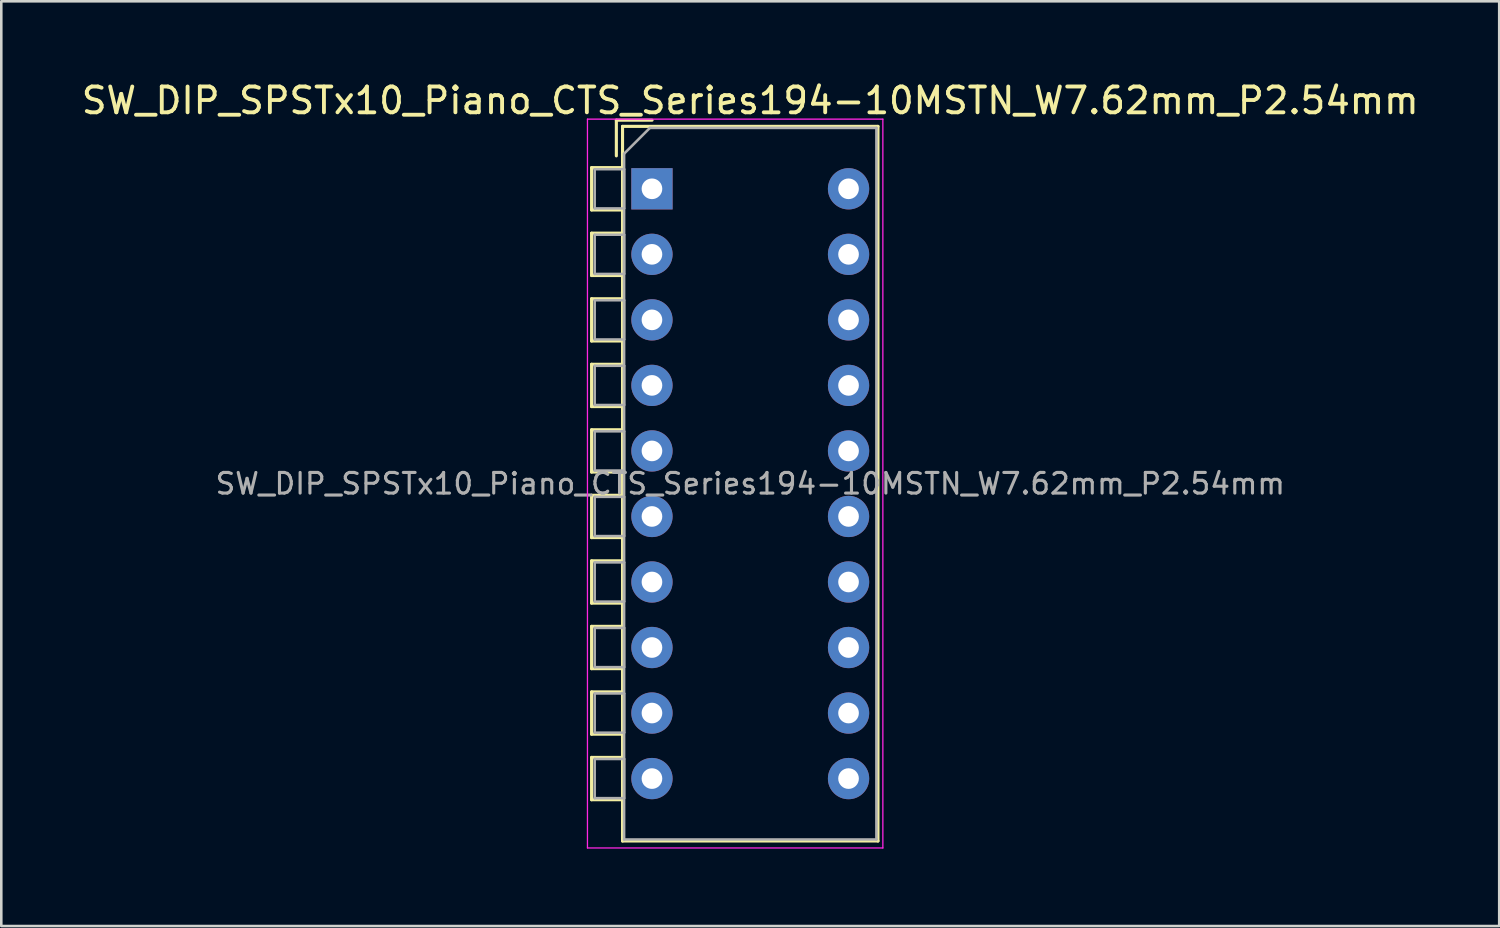
<source format=kicad_pcb>
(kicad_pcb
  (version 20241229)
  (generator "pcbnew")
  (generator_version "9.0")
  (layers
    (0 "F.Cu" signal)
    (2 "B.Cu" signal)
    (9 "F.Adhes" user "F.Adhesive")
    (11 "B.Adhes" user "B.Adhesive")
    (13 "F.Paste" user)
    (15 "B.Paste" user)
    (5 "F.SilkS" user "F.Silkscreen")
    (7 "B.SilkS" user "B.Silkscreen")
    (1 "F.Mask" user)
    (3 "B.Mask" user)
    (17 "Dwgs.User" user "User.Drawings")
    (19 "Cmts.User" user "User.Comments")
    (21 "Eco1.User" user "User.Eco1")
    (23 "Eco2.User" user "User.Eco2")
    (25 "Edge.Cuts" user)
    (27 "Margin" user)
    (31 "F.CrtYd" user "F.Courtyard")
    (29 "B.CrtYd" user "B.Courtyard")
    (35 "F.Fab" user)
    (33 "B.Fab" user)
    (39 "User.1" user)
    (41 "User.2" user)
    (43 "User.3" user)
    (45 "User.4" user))
  (footprint "SW_DIP_SPSTx10_Piano_CTS_Series194-10MSTN_W7.62mm_P2.54mm"
    (layer "F.Cu")
    (at 22.22 4.268)
    (property "Reference" "SW_DIP_SPSTx10_Piano_CTS_Series194-10MSTN_W7.62mm_P2.54mm" (at 3.81 -3.42 0) (layer "F.SilkS") (effects (font (size 1 1) (thickness 0.15))))
    (attr through_hole)
    (fp_line (start -2.34 -0.82) (end -2.34 0.82) (stroke (width 0.12) (type solid)) (layer "F.SilkS"))
    (fp_line (start -2.34 -0.82) (end -1.14 -0.82) (stroke (width 0.12) (type solid)) (layer "F.SilkS"))
    (fp_line (start -2.34 0.82) (end -1.14 0.82) (stroke (width 0.12) (type solid)) (layer "F.SilkS"))
    (fp_line (start -2.34 1.72) (end -2.34 3.361) (stroke (width 0.12) (type solid)) (layer "F.SilkS"))
    (fp_line (start -2.34 1.72) (end -1.14 1.72) (stroke (width 0.12) (type solid)) (layer "F.SilkS"))
    (fp_line (start -2.34 3.361) (end -1.14 3.361) (stroke (width 0.12) (type solid)) (layer "F.SilkS"))
    (fp_line (start -2.34 4.261) (end -2.34 5.9) (stroke (width 0.12) (type solid)) (layer "F.SilkS"))
    (fp_line (start -2.34 4.261) (end -1.14 4.261) (stroke (width 0.12) (type solid)) (layer "F.SilkS"))
    (fp_line (start -2.34 5.9) (end -1.14 5.9) (stroke (width 0.12) (type solid)) (layer "F.SilkS"))
    (fp_line (start -2.34 6.801) (end -2.34 8.441) (stroke (width 0.12) (type solid)) (layer "F.SilkS"))
    (fp_line (start -2.34 6.801) (end -1.14 6.801) (stroke (width 0.12) (type solid)) (layer "F.SilkS"))
    (fp_line (start -2.34 8.441) (end -1.14 8.441) (stroke (width 0.12) (type solid)) (layer "F.SilkS"))
    (fp_line (start -2.34 9.34) (end -2.34 10.98) (stroke (width 0.12) (type solid)) (layer "F.SilkS"))
    (fp_line (start -2.34 9.34) (end -1.14 9.34) (stroke (width 0.12) (type solid)) (layer "F.SilkS"))
    (fp_line (start -2.34 10.98) (end -1.14 10.98) (stroke (width 0.12) (type solid)) (layer "F.SilkS"))
    (fp_line (start -2.34 11.88) (end -2.34 13.52) (stroke (width 0.12) (type solid)) (layer "F.SilkS"))
    (fp_line (start -2.34 11.88) (end -1.14 11.88) (stroke (width 0.12) (type solid)) (layer "F.SilkS"))
    (fp_line (start -2.34 13.52) (end -1.14 13.52) (stroke (width 0.12) (type solid)) (layer "F.SilkS"))
    (fp_line (start -2.34 14.42) (end -2.34 16.06) (stroke (width 0.12) (type solid)) (layer "F.SilkS"))
    (fp_line (start -2.34 14.42) (end -1.14 14.42) (stroke (width 0.12) (type solid)) (layer "F.SilkS"))
    (fp_line (start -2.34 16.06) (end -1.14 16.06) (stroke (width 0.12) (type solid)) (layer "F.SilkS"))
    (fp_line (start -2.34 16.96) (end -2.34 18.6) (stroke (width 0.12) (type solid)) (layer "F.SilkS"))
    (fp_line (start -2.34 16.96) (end -1.14 16.96) (stroke (width 0.12) (type solid)) (layer "F.SilkS"))
    (fp_line (start -2.34 18.6) (end -1.14 18.6) (stroke (width 0.12) (type solid)) (layer "F.SilkS"))
    (fp_line (start -2.34 19.5) (end -2.34 21.14) (stroke (width 0.12) (type solid)) (layer "F.SilkS"))
    (fp_line (start -2.34 19.5) (end -1.14 19.5) (stroke (width 0.12) (type solid)) (layer "F.SilkS"))
    (fp_line (start -2.34 21.14) (end -1.14 21.14) (stroke (width 0.12) (type solid)) (layer "F.SilkS"))
    (fp_line (start -2.34 22.04) (end -2.34 23.68) (stroke (width 0.12) (type solid)) (layer "F.SilkS"))
    (fp_line (start -2.34 22.04) (end -1.14 22.04) (stroke (width 0.12) (type solid)) (layer "F.SilkS"))
    (fp_line (start -2.34 23.68) (end -1.14 23.68) (stroke (width 0.12) (type solid)) (layer "F.SilkS"))
    (fp_line (start -1.38 -2.66) (end -1.38 -1.277) (stroke (width 0.12) (type solid)) (layer "F.SilkS"))
    (fp_line (start -1.38 -2.66) (end 0.004 -2.66) (stroke (width 0.12) (type solid)) (layer "F.SilkS"))
    (fp_line (start -1.14 -2.42) (end -1.14 25.28) (stroke (width 0.12) (type solid)) (layer "F.SilkS"))
    (fp_line (start -1.14 -2.42) (end 8.76 -2.42) (stroke (width 0.12) (type solid)) (layer "F.SilkS"))
    (fp_line (start -1.14 -0.82) (end -1.14 0.82) (stroke (width 0.12) (type solid)) (layer "F.SilkS"))
    (fp_line (start -1.14 1.72) (end -1.14 3.361) (stroke (width 0.12) (type solid)) (layer "F.SilkS"))
    (fp_line (start -1.14 4.261) (end -1.14 5.9) (stroke (width 0.12) (type solid)) (layer "F.SilkS"))
    (fp_line (start -1.14 6.801) (end -1.14 8.441) (stroke (width 0.12) (type solid)) (layer "F.SilkS"))
    (fp_line (start -1.14 9.34) (end -1.14 10.98) (stroke (width 0.12) (type solid)) (layer "F.SilkS"))
    (fp_line (start -1.14 11.88) (end -1.14 13.52) (stroke (width 0.12) (type solid)) (layer "F.SilkS"))
    (fp_line (start -1.14 14.42) (end -1.14 16.06) (stroke (width 0.12) (type solid)) (layer "F.SilkS"))
    (fp_line (start -1.14 16.96) (end -1.14 18.6) (stroke (width 0.12) (type solid)) (layer "F.SilkS"))
    (fp_line (start -1.14 19.5) (end -1.14 21.14) (stroke (width 0.12) (type solid)) (layer "F.SilkS"))
    (fp_line (start -1.14 22.04) (end -1.14 23.68) (stroke (width 0.12) (type solid)) (layer "F.SilkS"))
    (fp_line (start -1.14 25.28) (end 8.76 25.28) (stroke (width 0.12) (type solid)) (layer "F.SilkS"))
    (fp_line (start 8.76 -2.42) (end 8.76 25.28) (stroke (width 0.12) (type solid)) (layer "F.SilkS"))
    (fp_line (start -2.5 -2.7) (end -2.5 25.55) (stroke (width 0.05) (type solid)) (layer "F.CrtYd"))
    (fp_line (start -2.5 25.55) (end 8.95 25.55) (stroke (width 0.05) (type solid)) (layer "F.CrtYd"))
    (fp_line (start 8.95 -2.7) (end -2.5 -2.7) (stroke (width 0.05) (type solid)) (layer "F.CrtYd"))
    (fp_line (start 8.95 25.55) (end 8.95 -2.7) (stroke (width 0.05) (type solid)) (layer "F.CrtYd"))
    (fp_line (start -2.22 -0.76) (end -1.08 -0.76) (stroke (width 0.1) (type solid)) (layer "F.Fab"))
    (fp_line (start -2.22 0.76) (end -2.22 -0.76) (stroke (width 0.1) (type solid)) (layer "F.Fab"))
    (fp_line (start -2.22 1.78) (end -1.08 1.78) (stroke (width 0.1) (type solid)) (layer "F.Fab"))
    (fp_line (start -2.22 3.3) (end -2.22 1.78) (stroke (width 0.1) (type solid)) (layer "F.Fab"))
    (fp_line (start -2.22 4.32) (end -1.08 4.32) (stroke (width 0.1) (type solid)) (layer "F.Fab"))
    (fp_line (start -2.22 5.84) (end -2.22 4.32) (stroke (width 0.1) (type solid)) (layer "F.Fab"))
    (fp_line (start -2.22 6.86) (end -1.08 6.86) (stroke (width 0.1) (type solid)) (layer "F.Fab"))
    (fp_line (start -2.22 8.38) (end -2.22 6.86) (stroke (width 0.1) (type solid)) (layer "F.Fab"))
    (fp_line (start -2.22 9.4) (end -1.08 9.4) (stroke (width 0.1) (type solid)) (layer "F.Fab"))
    (fp_line (start -2.22 10.92) (end -2.22 9.4) (stroke (width 0.1) (type solid)) (layer "F.Fab"))
    (fp_line (start -2.22 11.94) (end -1.08 11.94) (stroke (width 0.1) (type solid)) (layer "F.Fab"))
    (fp_line (start -2.22 13.46) (end -2.22 11.94) (stroke (width 0.1) (type solid)) (layer "F.Fab"))
    (fp_line (start -2.22 14.48) (end -1.08 14.48) (stroke (width 0.1) (type solid)) (layer "F.Fab"))
    (fp_line (start -2.22 16) (end -2.22 14.48) (stroke (width 0.1) (type solid)) (layer "F.Fab"))
    (fp_line (start -2.22 17.02) (end -1.08 17.02) (stroke (width 0.1) (type solid)) (layer "F.Fab"))
    (fp_line (start -2.22 18.54) (end -2.22 17.02) (stroke (width 0.1) (type solid)) (layer "F.Fab"))
    (fp_line (start -2.22 19.56) (end -1.08 19.56) (stroke (width 0.1) (type solid)) (layer "F.Fab"))
    (fp_line (start -2.22 21.08) (end -2.22 19.56) (stroke (width 0.1) (type solid)) (layer "F.Fab"))
    (fp_line (start -2.22 22.1) (end -1.08 22.1) (stroke (width 0.1) (type solid)) (layer "F.Fab"))
    (fp_line (start -2.22 23.62) (end -2.22 22.1) (stroke (width 0.1) (type solid)) (layer "F.Fab"))
    (fp_line (start -1.08 -1.36) (end -0.08 -2.36) (stroke (width 0.1) (type solid)) (layer "F.Fab"))
    (fp_line (start -1.08 -0.76) (end -1.08 0.76) (stroke (width 0.1) (type solid)) (layer "F.Fab"))
    (fp_line (start -1.08 0.76) (end -2.22 0.76) (stroke (width 0.1) (type solid)) (layer "F.Fab"))
    (fp_line (start -1.08 1.78) (end -1.08 3.3) (stroke (width 0.1) (type solid)) (layer "F.Fab"))
    (fp_line (start -1.08 3.3) (end -2.22 3.3) (stroke (width 0.1) (type solid)) (layer "F.Fab"))
    (fp_line (start -1.08 4.32) (end -1.08 5.84) (stroke (width 0.1) (type solid)) (layer "F.Fab"))
    (fp_line (start -1.08 5.84) (end -2.22 5.84) (stroke (width 0.1) (type solid)) (layer "F.Fab"))
    (fp_line (start -1.08 6.86) (end -1.08 8.38) (stroke (width 0.1) (type solid)) (layer "F.Fab"))
    (fp_line (start -1.08 8.38) (end -2.22 8.38) (stroke (width 0.1) (type solid)) (layer "F.Fab"))
    (fp_line (start -1.08 9.4) (end -1.08 10.92) (stroke (width 0.1) (type solid)) (layer "F.Fab"))
    (fp_line (start -1.08 10.92) (end -2.22 10.92) (stroke (width 0.1) (type solid)) (layer "F.Fab"))
    (fp_line (start -1.08 11.94) (end -1.08 13.46) (stroke (width 0.1) (type solid)) (layer "F.Fab"))
    (fp_line (start -1.08 13.46) (end -2.22 13.46) (stroke (width 0.1) (type solid)) (layer "F.Fab"))
    (fp_line (start -1.08 14.48) (end -1.08 16) (stroke (width 0.1) (type solid)) (layer "F.Fab"))
    (fp_line (start -1.08 16) (end -2.22 16) (stroke (width 0.1) (type solid)) (layer "F.Fab"))
    (fp_line (start -1.08 17.02) (end -1.08 18.54) (stroke (width 0.1) (type solid)) (layer "F.Fab"))
    (fp_line (start -1.08 18.54) (end -2.22 18.54) (stroke (width 0.1) (type solid)) (layer "F.Fab"))
    (fp_line (start -1.08 19.56) (end -1.08 21.08) (stroke (width 0.1) (type solid)) (layer "F.Fab"))
    (fp_line (start -1.08 21.08) (end -2.22 21.08) (stroke (width 0.1) (type solid)) (layer "F.Fab"))
    (fp_line (start -1.08 22.1) (end -1.08 23.62) (stroke (width 0.1) (type solid)) (layer "F.Fab"))
    (fp_line (start -1.08 23.62) (end -2.22 23.62) (stroke (width 0.1) (type solid)) (layer "F.Fab"))
    (fp_line (start -1.08 25.22) (end -1.08 -1.36) (stroke (width 0.1) (type solid)) (layer "F.Fab"))
    (fp_line (start -0.08 -2.36) (end 8.7 -2.36) (stroke (width 0.1) (type solid)) (layer "F.Fab"))
    (fp_line (start 8.7 -2.36) (end 8.7 25.22) (stroke (width 0.1) (type solid)) (layer "F.Fab"))
    (fp_line (start 8.7 25.22) (end -1.08 25.22) (stroke (width 0.1) (type solid)) (layer "F.Fab"))
    (fp_text user "${REFERENCE}" (at 3.81 11.43 0) (layer "F.Fab") (effects (font (size 0.8 0.8) (thickness 0.12))))
    (pad "1" thru_hole rect (at 0 0) (size 1.6 1.6) (drill 0.8) (layers "*.Cu" "*.Mask"))
    (pad "2" thru_hole oval (at 0 2.54) (size 1.6 1.6) (drill 0.8) (layers "*.Cu" "*.Mask"))
    (pad "3" thru_hole oval (at 0 5.08) (size 1.6 1.6) (drill 0.8) (layers "*.Cu" "*.Mask"))
    (pad "4" thru_hole oval (at 0 7.62) (size 1.6 1.6) (drill 0.8) (layers "*.Cu" "*.Mask"))
    (pad "5" thru_hole oval (at 0 10.16) (size 1.6 1.6) (drill 0.8) (layers "*.Cu" "*.Mask"))
    (pad "6" thru_hole oval (at 0 12.7) (size 1.6 1.6) (drill 0.8) (layers "*.Cu" "*.Mask"))
    (pad "7" thru_hole oval (at 0 15.24) (size 1.6 1.6) (drill 0.8) (layers "*.Cu" "*.Mask"))
    (pad "8" thru_hole oval (at 0 17.78) (size 1.6 1.6) (drill 0.8) (layers "*.Cu" "*.Mask"))
    (pad "9" thru_hole oval (at 0 20.32) (size 1.6 1.6) (drill 0.8) (layers "*.Cu" "*.Mask"))
    (pad "10" thru_hole oval (at 0 22.86) (size 1.6 1.6) (drill 0.8) (layers "*.Cu" "*.Mask"))
    (pad "11" thru_hole oval (at 7.62 22.86) (size 1.6 1.6) (drill 0.8) (layers "*.Cu" "*.Mask"))
    (pad "12" thru_hole oval (at 7.62 20.32) (size 1.6 1.6) (drill 0.8) (layers "*.Cu" "*.Mask"))
    (pad "13" thru_hole oval (at 7.62 17.78) (size 1.6 1.6) (drill 0.8) (layers "*.Cu" "*.Mask"))
    (pad "14" thru_hole oval (at 7.62 15.24) (size 1.6 1.6) (drill 0.8) (layers "*.Cu" "*.Mask"))
    (pad "15" thru_hole oval (at 7.62 12.7) (size 1.6 1.6) (drill 0.8) (layers "*.Cu" "*.Mask"))
    (pad "16" thru_hole oval (at 7.62 10.16) (size 1.6 1.6) (drill 0.8) (layers "*.Cu" "*.Mask"))
    (pad "17" thru_hole oval (at 7.62 7.62) (size 1.6 1.6) (drill 0.8) (layers "*.Cu" "*.Mask"))
    (pad "18" thru_hole oval (at 7.62 5.08) (size 1.6 1.6) (drill 0.8) (layers "*.Cu" "*.Mask"))
    (pad "19" thru_hole oval (at 7.62 2.54) (size 1.6 1.6) (drill 0.8) (layers "*.Cu" "*.Mask"))
    (pad "20" thru_hole oval (at 7.62 0) (size 1.6 1.6) (drill 0.8) (layers "*.Cu" "*.Mask")))
  (gr_rect
    (start -3 -3)
    (end 55.06 32.843)
    (stroke (width 0.1) (type default))
    (fill no)
    (layer "Edge.Cuts")))
</source>
